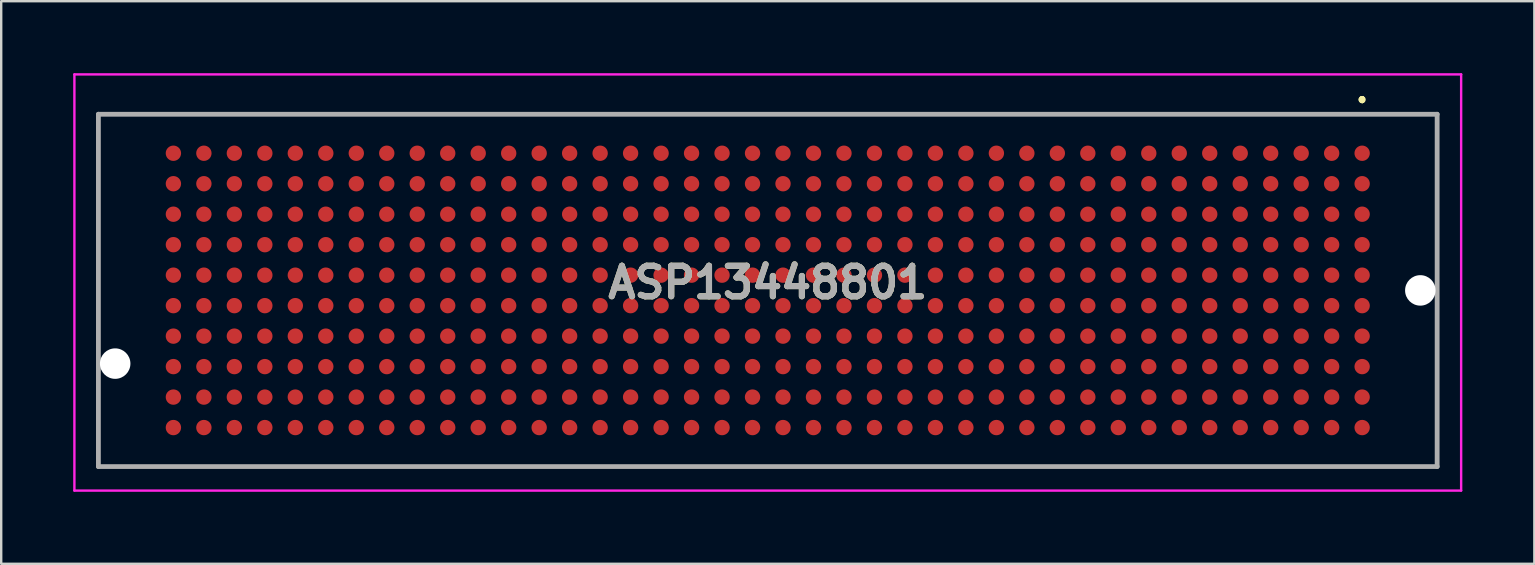
<source format=kicad_pcb>
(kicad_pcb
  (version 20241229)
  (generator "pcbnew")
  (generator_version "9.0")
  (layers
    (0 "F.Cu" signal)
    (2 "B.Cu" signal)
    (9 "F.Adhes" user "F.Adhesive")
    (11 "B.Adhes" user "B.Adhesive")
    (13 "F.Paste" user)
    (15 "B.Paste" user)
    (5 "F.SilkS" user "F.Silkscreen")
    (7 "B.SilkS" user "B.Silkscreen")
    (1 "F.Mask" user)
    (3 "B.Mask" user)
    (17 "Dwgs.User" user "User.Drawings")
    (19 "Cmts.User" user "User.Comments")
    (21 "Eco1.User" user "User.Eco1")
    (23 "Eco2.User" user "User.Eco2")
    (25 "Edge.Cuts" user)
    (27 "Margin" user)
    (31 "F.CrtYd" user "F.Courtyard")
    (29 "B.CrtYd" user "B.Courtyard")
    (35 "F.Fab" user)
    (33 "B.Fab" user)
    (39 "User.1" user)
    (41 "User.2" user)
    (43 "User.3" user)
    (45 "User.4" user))
  (footprint "ASP13448801"
    (layer "F.Cu")
    (at 28.94 9.05)
    (property "Reference" "ASP13448801" (at 0 -0.33 0) (layer "F.SilkS") (effects (font (size 1.27 1.27) (thickness 0.254))))
    (attr through_hole)
    (fp_line (start -27.89 -7.34) (end -27.89 -7.34) (stroke (width 0.1) (type solid)) (layer "F.SilkS"))
    (fp_line (start -27.89 -7.34) (end -27.89 -7.34) (stroke (width 0.1) (type solid)) (layer "F.SilkS"))
    (fp_line (start -27.89 -7.34) (end -27.89 1.75) (stroke (width 0.1) (type solid)) (layer "F.SilkS"))
    (fp_line (start -27.89 -7.34) (end 27.89 -7.34) (stroke (width 0.1) (type solid)) (layer "F.SilkS"))
    (fp_line (start -27.89 1.75) (end -27.89 -7.34) (stroke (width 0.1) (type solid)) (layer "F.SilkS"))
    (fp_line (start -27.89 1.75) (end -27.89 1.75) (stroke (width 0.1) (type solid)) (layer "F.SilkS"))
    (fp_line (start -27.89 4.25) (end -27.89 4.25) (stroke (width 0.1) (type solid)) (layer "F.SilkS"))
    (fp_line (start -27.89 4.25) (end -27.89 7.34) (stroke (width 0.1) (type solid)) (layer "F.SilkS"))
    (fp_line (start -27.89 7.34) (end -27.89 4.25) (stroke (width 0.1) (type solid)) (layer "F.SilkS"))
    (fp_line (start -27.89 7.34) (end -27.89 7.34) (stroke (width 0.1) (type solid)) (layer "F.SilkS"))
    (fp_line (start -27.89 7.34) (end -27.89 7.34) (stroke (width 0.1) (type solid)) (layer "F.SilkS"))
    (fp_line (start -27.89 7.34) (end 27.89 7.34) (stroke (width 0.1) (type solid)) (layer "F.SilkS"))
    (fp_line (start 24.765 -8) (end 24.765 -8) (stroke (width 0.2) (type solid)) (layer "F.SilkS"))
    (fp_line (start 24.765 -8) (end 24.765 -8) (stroke (width 0.2) (type solid)) (layer "F.SilkS"))
    (fp_line (start 24.765 -7.9) (end 24.765 -7.9) (stroke (width 0.2) (type solid)) (layer "F.SilkS"))
    (fp_line (start 27.89 -7.34) (end -27.89 -7.34) (stroke (width 0.1) (type solid)) (layer "F.SilkS"))
    (fp_line (start 27.89 -7.34) (end 27.89 -7.34) (stroke (width 0.1) (type solid)) (layer "F.SilkS"))
    (fp_line (start 27.89 -7.34) (end 27.89 -7.34) (stroke (width 0.1) (type solid)) (layer "F.SilkS"))
    (fp_line (start 27.89 -7.34) (end 27.89 -1.25) (stroke (width 0.1) (type solid)) (layer "F.SilkS"))
    (fp_line (start 27.89 -1.25) (end 27.89 -7.34) (stroke (width 0.1) (type solid)) (layer "F.SilkS"))
    (fp_line (start 27.89 -1.25) (end 27.89 -1.25) (stroke (width 0.1) (type solid)) (layer "F.SilkS"))
    (fp_line (start 27.89 1.25) (end 27.89 1.25) (stroke (width 0.1) (type solid)) (layer "F.SilkS"))
    (fp_line (start 27.89 1.25) (end 27.89 7.34) (stroke (width 0.1) (type solid)) (layer "F.SilkS"))
    (fp_line (start 27.89 7.34) (end -27.89 7.34) (stroke (width 0.1) (type solid)) (layer "F.SilkS"))
    (fp_line (start 27.89 7.34) (end 27.89 1.25) (stroke (width 0.1) (type solid)) (layer "F.SilkS"))
    (fp_line (start 27.89 7.34) (end 27.89 7.34) (stroke (width 0.1) (type solid)) (layer "F.SilkS"))
    (fp_line (start 27.89 7.34) (end 27.89 7.34) (stroke (width 0.1) (type solid)) (layer "F.SilkS"))
    (fp_arc (start 24.765 -8) (mid 24.815 -7.95) (end 24.765 -7.9) (stroke (width 0.2) (type solid)) (layer "F.SilkS"))
    (fp_arc (start 24.765 -7.9) (mid 24.715 -7.95) (end 24.765 -8) (stroke (width 0.2) (type solid)) (layer "F.SilkS"))
    (fp_arc (start 24.765 -7.9) (mid 24.715 -7.95) (end 24.765 -8) (stroke (width 0.2) (type solid)) (layer "F.SilkS"))
    (fp_line (start -28.89 -9) (end 28.89 -9) (stroke (width 0.1) (type solid)) (layer "F.CrtYd"))
    (fp_line (start -28.89 8.34) (end -28.89 -9) (stroke (width 0.1) (type solid)) (layer "F.CrtYd"))
    (fp_line (start 28.89 -9) (end 28.89 8.34) (stroke (width 0.1) (type solid)) (layer "F.CrtYd"))
    (fp_line (start 28.89 8.34) (end -28.89 8.34) (stroke (width 0.1) (type solid)) (layer "F.CrtYd"))
    (fp_line (start -27.89 -7.34) (end -27.89 7.34) (stroke (width 0.2) (type solid)) (layer "F.Fab"))
    (fp_line (start -27.89 7.34) (end 27.89 7.34) (stroke (width 0.2) (type solid)) (layer "F.Fab"))
    (fp_line (start 27.89 -7.34) (end -27.89 -7.34) (stroke (width 0.2) (type solid)) (layer "F.Fab"))
    (fp_line (start 27.89 7.34) (end 27.89 -7.34) (stroke (width 0.2) (type solid)) (layer "F.Fab"))
    (fp_text user "${REFERENCE}" (at 0 -0.33 0) (layer "F.Fab") (effects (font (size 1.27 1.27) (thickness 0.254))))
    (pad "" np_thru_hole circle (at -27.191 3.05) (size 1.27 1.27) (drill 1.27) (layers "*.Cu" "*.Mask"))
    (pad "" np_thru_hole circle (at 27.189 0) (size 1.27 1.27) (drill 1.27) (layers "*.Cu" "*.Mask"))
    (pad "A1" smd circle (at 24.765 -5.715 90) (size 0.64 0.64) (layers "F.Cu" "F.Mask" "F.Paste"))
    (pad "A2" smd circle (at 23.495 -5.715 90) (size 0.64 0.64) (layers "F.Cu" "F.Mask" "F.Paste"))
    (pad "A3" smd circle (at 22.225 -5.715 90) (size 0.64 0.64) (layers "F.Cu" "F.Mask" "F.Paste"))
    (pad "A4" smd circle (at 20.955 -5.715 90) (size 0.64 0.64) (layers "F.Cu" "F.Mask" "F.Paste"))
    (pad "A5" smd circle (at 19.685 -5.715 90) (size 0.64 0.64) (layers "F.Cu" "F.Mask" "F.Paste"))
    (pad "A6" smd circle (at 18.415 -5.715 90) (size 0.64 0.64) (layers "F.Cu" "F.Mask" "F.Paste"))
    (pad "A7" smd circle (at 17.145 -5.715 90) (size 0.64 0.64) (layers "F.Cu" "F.Mask" "F.Paste"))
    (pad "A8" smd circle (at 15.875 -5.715 90) (size 0.64 0.64) (layers "F.Cu" "F.Mask" "F.Paste"))
    (pad "A9" smd circle (at 14.605 -5.715 90) (size 0.64 0.64) (layers "F.Cu" "F.Mask" "F.Paste"))
    (pad "A10" smd circle (at 13.335 -5.715 90) (size 0.64 0.64) (layers "F.Cu" "F.Mask" "F.Paste"))
    (pad "A11" smd circle (at 12.065 -5.715 90) (size 0.64 0.64) (layers "F.Cu" "F.Mask" "F.Paste"))
    (pad "A12" smd circle (at 10.795 -5.715 90) (size 0.64 0.64) (layers "F.Cu" "F.Mask" "F.Paste"))
    (pad "A13" smd circle (at 9.525 -5.715 90) (size 0.64 0.64) (layers "F.Cu" "F.Mask" "F.Paste"))
    (pad "A14" smd circle (at 8.255 -5.715 90) (size 0.64 0.64) (layers "F.Cu" "F.Mask" "F.Paste"))
    (pad "A15" smd circle (at 6.985 -5.715 90) (size 0.64 0.64) (layers "F.Cu" "F.Mask" "F.Paste"))
    (pad "A16" smd circle (at 5.715 -5.715 90) (size 0.64 0.64) (layers "F.Cu" "F.Mask" "F.Paste"))
    (pad "A17" smd circle (at 4.445 -5.715 90) (size 0.64 0.64) (layers "F.Cu" "F.Mask" "F.Paste"))
    (pad "A18" smd circle (at 3.175 -5.715 90) (size 0.64 0.64) (layers "F.Cu" "F.Mask" "F.Paste"))
    (pad "A19" smd circle (at 1.905 -5.715 90) (size 0.64 0.64) (layers "F.Cu" "F.Mask" "F.Paste"))
    (pad "A20" smd circle (at 0.635 -5.715 90) (size 0.64 0.64) (layers "F.Cu" "F.Mask" "F.Paste"))
    (pad "A21" smd circle (at -0.635 -5.715 90) (size 0.64 0.64) (layers "F.Cu" "F.Mask" "F.Paste"))
    (pad "A22" smd circle (at -1.905 -5.715 90) (size 0.64 0.64) (layers "F.Cu" "F.Mask" "F.Paste"))
    (pad "A23" smd circle (at -3.175 -5.715 90) (size 0.64 0.64) (layers "F.Cu" "F.Mask" "F.Paste"))
    (pad "A24" smd circle (at -4.445 -5.715 90) (size 0.64 0.64) (layers "F.Cu" "F.Mask" "F.Paste"))
    (pad "A25" smd circle (at -5.715 -5.715 90) (size 0.64 0.64) (layers "F.Cu" "F.Mask" "F.Paste"))
    (pad "A26" smd circle (at -6.985 -5.715 90) (size 0.64 0.64) (layers "F.Cu" "F.Mask" "F.Paste"))
    (pad "A27" smd circle (at -8.255 -5.715 90) (size 0.64 0.64) (layers "F.Cu" "F.Mask" "F.Paste"))
    (pad "A28" smd circle (at -9.525 -5.715 90) (size 0.64 0.64) (layers "F.Cu" "F.Mask" "F.Paste"))
    (pad "A29" smd circle (at -10.795 -5.715 90) (size 0.64 0.64) (layers "F.Cu" "F.Mask" "F.Paste"))
    (pad "A30" smd circle (at -12.065 -5.715 90) (size 0.64 0.64) (layers "F.Cu" "F.Mask" "F.Paste"))
    (pad "A31" smd circle (at -13.335 -5.715 90) (size 0.64 0.64) (layers "F.Cu" "F.Mask" "F.Paste"))
    (pad "A32" smd circle (at -14.605 -5.715 90) (size 0.64 0.64) (layers "F.Cu" "F.Mask" "F.Paste"))
    (pad "A33" smd circle (at -15.875 -5.715 90) (size 0.64 0.64) (layers "F.Cu" "F.Mask" "F.Paste"))
    (pad "A34" smd circle (at -17.145 -5.715 90) (size 0.64 0.64) (layers "F.Cu" "F.Mask" "F.Paste"))
    (pad "A35" smd circle (at -18.415 -5.715 90) (size 0.64 0.64) (layers "F.Cu" "F.Mask" "F.Paste"))
    (pad "A36" smd circle (at -19.685 -5.715 90) (size 0.64 0.64) (layers "F.Cu" "F.Mask" "F.Paste"))
    (pad "A37" smd circle (at -20.955 -5.715 90) (size 0.64 0.64) (layers "F.Cu" "F.Mask" "F.Paste"))
    (pad "A38" smd circle (at -22.225 -5.715 90) (size 0.64 0.64) (layers "F.Cu" "F.Mask" "F.Paste"))
    (pad "A39" smd circle (at -23.495 -5.715 90) (size 0.64 0.64) (layers "F.Cu" "F.Mask" "F.Paste"))
    (pad "A40" smd circle (at -24.765 -5.715 90) (size 0.64 0.64) (layers "F.Cu" "F.Mask" "F.Paste"))
    (pad "B1" smd circle (at 24.765 -4.445 90) (size 0.64 0.64) (layers "F.Cu" "F.Mask" "F.Paste"))
    (pad "B2" smd circle (at 23.495 -4.445 90) (size 0.64 0.64) (layers "F.Cu" "F.Mask" "F.Paste"))
    (pad "B3" smd circle (at 22.225 -4.445 90) (size 0.64 0.64) (layers "F.Cu" "F.Mask" "F.Paste"))
    (pad "B4" smd circle (at 20.955 -4.445 90) (size 0.64 0.64) (layers "F.Cu" "F.Mask" "F.Paste"))
    (pad "B5" smd circle (at 19.685 -4.445 90) (size 0.64 0.64) (layers "F.Cu" "F.Mask" "F.Paste"))
    (pad "B6" smd circle (at 18.415 -4.445 90) (size 0.64 0.64) (layers "F.Cu" "F.Mask" "F.Paste"))
    (pad "B7" smd circle (at 17.145 -4.445 90) (size 0.64 0.64) (layers "F.Cu" "F.Mask" "F.Paste"))
    (pad "B8" smd circle (at 15.875 -4.445 90) (size 0.64 0.64) (layers "F.Cu" "F.Mask" "F.Paste"))
    (pad "B9" smd circle (at 14.605 -4.445 90) (size 0.64 0.64) (layers "F.Cu" "F.Mask" "F.Paste"))
    (pad "B10" smd circle (at 13.335 -4.445 90) (size 0.64 0.64) (layers "F.Cu" "F.Mask" "F.Paste"))
    (pad "B11" smd circle (at 12.065 -4.445 90) (size 0.64 0.64) (layers "F.Cu" "F.Mask" "F.Paste"))
    (pad "B12" smd circle (at 10.795 -4.445 90) (size 0.64 0.64) (layers "F.Cu" "F.Mask" "F.Paste"))
    (pad "B13" smd circle (at 9.525 -4.445 90) (size 0.64 0.64) (layers "F.Cu" "F.Mask" "F.Paste"))
    (pad "B14" smd circle (at 8.255 -4.445 90) (size 0.64 0.64) (layers "F.Cu" "F.Mask" "F.Paste"))
    (pad "B15" smd circle (at 6.985 -4.445 90) (size 0.64 0.64) (layers "F.Cu" "F.Mask" "F.Paste"))
    (pad "B16" smd circle (at 5.715 -4.445 90) (size 0.64 0.64) (layers "F.Cu" "F.Mask" "F.Paste"))
    (pad "B17" smd circle (at 4.445 -4.445 90) (size 0.64 0.64) (layers "F.Cu" "F.Mask" "F.Paste"))
    (pad "B18" smd circle (at 3.175 -4.445 90) (size 0.64 0.64) (layers "F.Cu" "F.Mask" "F.Paste"))
    (pad "B19" smd circle (at 1.905 -4.445 90) (size 0.64 0.64) (layers "F.Cu" "F.Mask" "F.Paste"))
    (pad "B20" smd circle (at 0.635 -4.445 90) (size 0.64 0.64) (layers "F.Cu" "F.Mask" "F.Paste"))
    (pad "B21" smd circle (at -0.635 -4.445 90) (size 0.64 0.64) (layers "F.Cu" "F.Mask" "F.Paste"))
    (pad "B22" smd circle (at -1.905 -4.445 90) (size 0.64 0.64) (layers "F.Cu" "F.Mask" "F.Paste"))
    (pad "B23" smd circle (at -3.175 -4.445 90) (size 0.64 0.64) (layers "F.Cu" "F.Mask" "F.Paste"))
    (pad "B24" smd circle (at -4.445 -4.445 90) (size 0.64 0.64) (layers "F.Cu" "F.Mask" "F.Paste"))
    (pad "B25" smd circle (at -5.715 -4.445 90) (size 0.64 0.64) (layers "F.Cu" "F.Mask" "F.Paste"))
    (pad "B26" smd circle (at -6.985 -4.445 90) (size 0.64 0.64) (layers "F.Cu" "F.Mask" "F.Paste"))
    (pad "B27" smd circle (at -8.255 -4.445 90) (size 0.64 0.64) (layers "F.Cu" "F.Mask" "F.Paste"))
    (pad "B28" smd circle (at -9.525 -4.445 90) (size 0.64 0.64) (layers "F.Cu" "F.Mask" "F.Paste"))
    (pad "B29" smd circle (at -10.795 -4.445 90) (size 0.64 0.64) (layers "F.Cu" "F.Mask" "F.Paste"))
    (pad "B30" smd circle (at -12.065 -4.445 90) (size 0.64 0.64) (layers "F.Cu" "F.Mask" "F.Paste"))
    (pad "B31" smd circle (at -13.335 -4.445 90) (size 0.64 0.64) (layers "F.Cu" "F.Mask" "F.Paste"))
    (pad "B32" smd circle (at -14.605 -4.445 90) (size 0.64 0.64) (layers "F.Cu" "F.Mask" "F.Paste"))
    (pad "B33" smd circle (at -15.875 -4.445 90) (size 0.64 0.64) (layers "F.Cu" "F.Mask" "F.Paste"))
    (pad "B34" smd circle (at -17.145 -4.445 90) (size 0.64 0.64) (layers "F.Cu" "F.Mask" "F.Paste"))
    (pad "B35" smd circle (at -18.415 -4.445 90) (size 0.64 0.64) (layers "F.Cu" "F.Mask" "F.Paste"))
    (pad "B36" smd circle (at -19.685 -4.445 90) (size 0.64 0.64) (layers "F.Cu" "F.Mask" "F.Paste"))
    (pad "B37" smd circle (at -20.955 -4.445 90) (size 0.64 0.64) (layers "F.Cu" "F.Mask" "F.Paste"))
    (pad "B38" smd circle (at -22.225 -4.445 90) (size 0.64 0.64) (layers "F.Cu" "F.Mask" "F.Paste"))
    (pad "B39" smd circle (at -23.495 -4.445 90) (size 0.64 0.64) (layers "F.Cu" "F.Mask" "F.Paste"))
    (pad "B40" smd circle (at -24.765 -4.445 90) (size 0.64 0.64) (layers "F.Cu" "F.Mask" "F.Paste"))
    (pad "C1" smd circle (at 24.765 -3.175 90) (size 0.64 0.64) (layers "F.Cu" "F.Mask" "F.Paste"))
    (pad "C2" smd circle (at 23.495 -3.175 90) (size 0.64 0.64) (layers "F.Cu" "F.Mask" "F.Paste"))
    (pad "C3" smd circle (at 22.225 -3.175 90) (size 0.64 0.64) (layers "F.Cu" "F.Mask" "F.Paste"))
    (pad "C4" smd circle (at 20.955 -3.175 90) (size 0.64 0.64) (layers "F.Cu" "F.Mask" "F.Paste"))
    (pad "C5" smd circle (at 19.685 -3.175 90) (size 0.64 0.64) (layers "F.Cu" "F.Mask" "F.Paste"))
    (pad "C6" smd circle (at 18.415 -3.175 90) (size 0.64 0.64) (layers "F.Cu" "F.Mask" "F.Paste"))
    (pad "C7" smd circle (at 17.145 -3.175 90) (size 0.64 0.64) (layers "F.Cu" "F.Mask" "F.Paste"))
    (pad "C8" smd circle (at 15.875 -3.175 90) (size 0.64 0.64) (layers "F.Cu" "F.Mask" "F.Paste"))
    (pad "C9" smd circle (at 14.605 -3.175 90) (size 0.64 0.64) (layers "F.Cu" "F.Mask" "F.Paste"))
    (pad "C10" smd circle (at 13.335 -3.175 90) (size 0.64 0.64) (layers "F.Cu" "F.Mask" "F.Paste"))
    (pad "C11" smd circle (at 12.065 -3.175 90) (size 0.64 0.64) (layers "F.Cu" "F.Mask" "F.Paste"))
    (pad "C12" smd circle (at 10.795 -3.175 90) (size 0.64 0.64) (layers "F.Cu" "F.Mask" "F.Paste"))
    (pad "C13" smd circle (at 9.525 -3.175 90) (size 0.64 0.64) (layers "F.Cu" "F.Mask" "F.Paste"))
    (pad "C14" smd circle (at 8.255 -3.175 90) (size 0.64 0.64) (layers "F.Cu" "F.Mask" "F.Paste"))
    (pad "C15" smd circle (at 6.985 -3.175 90) (size 0.64 0.64) (layers "F.Cu" "F.Mask" "F.Paste"))
    (pad "C16" smd circle (at 5.715 -3.175 90) (size 0.64 0.64) (layers "F.Cu" "F.Mask" "F.Paste"))
    (pad "C17" smd circle (at 4.445 -3.175 90) (size 0.64 0.64) (layers "F.Cu" "F.Mask" "F.Paste"))
    (pad "C18" smd circle (at 3.175 -3.175 90) (size 0.64 0.64) (layers "F.Cu" "F.Mask" "F.Paste"))
    (pad "C19" smd circle (at 1.905 -3.175 90) (size 0.64 0.64) (layers "F.Cu" "F.Mask" "F.Paste"))
    (pad "C20" smd circle (at 0.635 -3.175 90) (size 0.64 0.64) (layers "F.Cu" "F.Mask" "F.Paste"))
    (pad "C21" smd circle (at -0.635 -3.175 90) (size 0.64 0.64) (layers "F.Cu" "F.Mask" "F.Paste"))
    (pad "C22" smd circle (at -1.905 -3.175 90) (size 0.64 0.64) (layers "F.Cu" "F.Mask" "F.Paste"))
    (pad "C23" smd circle (at -3.175 -3.175 90) (size 0.64 0.64) (layers "F.Cu" "F.Mask" "F.Paste"))
    (pad "C24" smd circle (at -4.445 -3.175 90) (size 0.64 0.64) (layers "F.Cu" "F.Mask" "F.Paste"))
    (pad "C25" smd circle (at -5.715 -3.175 90) (size 0.64 0.64) (layers "F.Cu" "F.Mask" "F.Paste"))
    (pad "C26" smd circle (at -6.985 -3.175 90) (size 0.64 0.64) (layers "F.Cu" "F.Mask" "F.Paste"))
    (pad "C27" smd circle (at -8.255 -3.175 90) (size 0.64 0.64) (layers "F.Cu" "F.Mask" "F.Paste"))
    (pad "C28" smd circle (at -9.525 -3.175 90) (size 0.64 0.64) (layers "F.Cu" "F.Mask" "F.Paste"))
    (pad "C29" smd circle (at -10.795 -3.175 90) (size 0.64 0.64) (layers "F.Cu" "F.Mask" "F.Paste"))
    (pad "C30" smd circle (at -12.065 -3.175 90) (size 0.64 0.64) (layers "F.Cu" "F.Mask" "F.Paste"))
    (pad "C31" smd circle (at -13.335 -3.175 90) (size 0.64 0.64) (layers "F.Cu" "F.Mask" "F.Paste"))
    (pad "C32" smd circle (at -14.605 -3.175 90) (size 0.64 0.64) (layers "F.Cu" "F.Mask" "F.Paste"))
    (pad "C33" smd circle (at -15.875 -3.175 90) (size 0.64 0.64) (layers "F.Cu" "F.Mask" "F.Paste"))
    (pad "C34" smd circle (at -17.145 -3.175 90) (size 0.64 0.64) (layers "F.Cu" "F.Mask" "F.Paste"))
    (pad "C35" smd circle (at -18.415 -3.175 90) (size 0.64 0.64) (layers "F.Cu" "F.Mask" "F.Paste"))
    (pad "C36" smd circle (at -19.685 -3.175 90) (size 0.64 0.64) (layers "F.Cu" "F.Mask" "F.Paste"))
    (pad "C37" smd circle (at -20.955 -3.175 90) (size 0.64 0.64) (layers "F.Cu" "F.Mask" "F.Paste"))
    (pad "C38" smd circle (at -22.225 -3.175 90) (size 0.64 0.64) (layers "F.Cu" "F.Mask" "F.Paste"))
    (pad "C39" smd circle (at -23.495 -3.175 90) (size 0.64 0.64) (layers "F.Cu" "F.Mask" "F.Paste"))
    (pad "C40" smd circle (at -24.765 -3.175 90) (size 0.64 0.64) (layers "F.Cu" "F.Mask" "F.Paste"))
    (pad "D1" smd circle (at 24.765 -1.905 90) (size 0.64 0.64) (layers "F.Cu" "F.Mask" "F.Paste"))
    (pad "D2" smd circle (at 23.495 -1.905 90) (size 0.64 0.64) (layers "F.Cu" "F.Mask" "F.Paste"))
    (pad "D3" smd circle (at 22.225 -1.905 90) (size 0.64 0.64) (layers "F.Cu" "F.Mask" "F.Paste"))
    (pad "D4" smd circle (at 20.955 -1.905 90) (size 0.64 0.64) (layers "F.Cu" "F.Mask" "F.Paste"))
    (pad "D5" smd circle (at 19.685 -1.905 90) (size 0.64 0.64) (layers "F.Cu" "F.Mask" "F.Paste"))
    (pad "D6" smd circle (at 18.415 -1.905 90) (size 0.64 0.64) (layers "F.Cu" "F.Mask" "F.Paste"))
    (pad "D7" smd circle (at 17.145 -1.905 90) (size 0.64 0.64) (layers "F.Cu" "F.Mask" "F.Paste"))
    (pad "D8" smd circle (at 15.875 -1.905 90) (size 0.64 0.64) (layers "F.Cu" "F.Mask" "F.Paste"))
    (pad "D9" smd circle (at 14.605 -1.905 90) (size 0.64 0.64) (layers "F.Cu" "F.Mask" "F.Paste"))
    (pad "D10" smd circle (at 13.335 -1.905 90) (size 0.64 0.64) (layers "F.Cu" "F.Mask" "F.Paste"))
    (pad "D11" smd circle (at 12.065 -1.905 90) (size 0.64 0.64) (layers "F.Cu" "F.Mask" "F.Paste"))
    (pad "D12" smd circle (at 10.795 -1.905 90) (size 0.64 0.64) (layers "F.Cu" "F.Mask" "F.Paste"))
    (pad "D13" smd circle (at 9.525 -1.905 90) (size 0.64 0.64) (layers "F.Cu" "F.Mask" "F.Paste"))
    (pad "D14" smd circle (at 8.255 -1.905 90) (size 0.64 0.64) (layers "F.Cu" "F.Mask" "F.Paste"))
    (pad "D15" smd circle (at 6.985 -1.905 90) (size 0.64 0.64) (layers "F.Cu" "F.Mask" "F.Paste"))
    (pad "D16" smd circle (at 5.715 -1.905 90) (size 0.64 0.64) (layers "F.Cu" "F.Mask" "F.Paste"))
    (pad "D17" smd circle (at 4.445 -1.905 90) (size 0.64 0.64) (layers "F.Cu" "F.Mask" "F.Paste"))
    (pad "D18" smd circle (at 3.175 -1.905 90) (size 0.64 0.64) (layers "F.Cu" "F.Mask" "F.Paste"))
    (pad "D19" smd circle (at 1.905 -1.905 90) (size 0.64 0.64) (layers "F.Cu" "F.Mask" "F.Paste"))
    (pad "D20" smd circle (at 0.635 -1.905 90) (size 0.64 0.64) (layers "F.Cu" "F.Mask" "F.Paste"))
    (pad "D21" smd circle (at -0.635 -1.905 90) (size 0.64 0.64) (layers "F.Cu" "F.Mask" "F.Paste"))
    (pad "D22" smd circle (at -1.905 -1.905 90) (size 0.64 0.64) (layers "F.Cu" "F.Mask" "F.Paste"))
    (pad "D23" smd circle (at -3.175 -1.905 90) (size 0.64 0.64) (layers "F.Cu" "F.Mask" "F.Paste"))
    (pad "D24" smd circle (at -4.445 -1.905 90) (size 0.64 0.64) (layers "F.Cu" "F.Mask" "F.Paste"))
    (pad "D25" smd circle (at -5.715 -1.905 90) (size 0.64 0.64) (layers "F.Cu" "F.Mask" "F.Paste"))
    (pad "D26" smd circle (at -6.985 -1.905 90) (size 0.64 0.64) (layers "F.Cu" "F.Mask" "F.Paste"))
    (pad "D27" smd circle (at -8.255 -1.905 90) (size 0.64 0.64) (layers "F.Cu" "F.Mask" "F.Paste"))
    (pad "D28" smd circle (at -9.525 -1.905 90) (size 0.64 0.64) (layers "F.Cu" "F.Mask" "F.Paste"))
    (pad "D29" smd circle (at -10.795 -1.905 90) (size 0.64 0.64) (layers "F.Cu" "F.Mask" "F.Paste"))
    (pad "D30" smd circle (at -12.065 -1.905 90) (size 0.64 0.64) (layers "F.Cu" "F.Mask" "F.Paste"))
    (pad "D31" smd circle (at -13.335 -1.905 90) (size 0.64 0.64) (layers "F.Cu" "F.Mask" "F.Paste"))
    (pad "D32" smd circle (at -14.605 -1.905 90) (size 0.64 0.64) (layers "F.Cu" "F.Mask" "F.Paste"))
    (pad "D33" smd circle (at -15.875 -1.905 90) (size 0.64 0.64) (layers "F.Cu" "F.Mask" "F.Paste"))
    (pad "D34" smd circle (at -17.145 -1.905 90) (size 0.64 0.64) (layers "F.Cu" "F.Mask" "F.Paste"))
    (pad "D35" smd circle (at -18.415 -1.905 90) (size 0.64 0.64) (layers "F.Cu" "F.Mask" "F.Paste"))
    (pad "D36" smd circle (at -19.685 -1.905 90) (size 0.64 0.64) (layers "F.Cu" "F.Mask" "F.Paste"))
    (pad "D37" smd circle (at -20.955 -1.905 90) (size 0.64 0.64) (layers "F.Cu" "F.Mask" "F.Paste"))
    (pad "D38" smd circle (at -22.225 -1.905 90) (size 0.64 0.64) (layers "F.Cu" "F.Mask" "F.Paste"))
    (pad "D39" smd circle (at -23.495 -1.905 90) (size 0.64 0.64) (layers "F.Cu" "F.Mask" "F.Paste"))
    (pad "D40" smd circle (at -24.765 -1.905 90) (size 0.64 0.64) (layers "F.Cu" "F.Mask" "F.Paste"))
    (pad "E1" smd circle (at 24.765 -0.635 90) (size 0.64 0.64) (layers "F.Cu" "F.Mask" "F.Paste"))
    (pad "E2" smd circle (at 23.495 -0.635 90) (size 0.64 0.64) (layers "F.Cu" "F.Mask" "F.Paste"))
    (pad "E3" smd circle (at 22.225 -0.635 90) (size 0.64 0.64) (layers "F.Cu" "F.Mask" "F.Paste"))
    (pad "E4" smd circle (at 20.955 -0.635 90) (size 0.64 0.64) (layers "F.Cu" "F.Mask" "F.Paste"))
    (pad "E5" smd circle (at 19.685 -0.635 90) (size 0.64 0.64) (layers "F.Cu" "F.Mask" "F.Paste"))
    (pad "E6" smd circle (at 18.415 -0.635 90) (size 0.64 0.64) (layers "F.Cu" "F.Mask" "F.Paste"))
    (pad "E7" smd circle (at 17.145 -0.635 90) (size 0.64 0.64) (layers "F.Cu" "F.Mask" "F.Paste"))
    (pad "E8" smd circle (at 15.875 -0.635 90) (size 0.64 0.64) (layers "F.Cu" "F.Mask" "F.Paste"))
    (pad "E9" smd circle (at 14.605 -0.635 90) (size 0.64 0.64) (layers "F.Cu" "F.Mask" "F.Paste"))
    (pad "E10" smd circle (at 13.335 -0.635 90) (size 0.64 0.64) (layers "F.Cu" "F.Mask" "F.Paste"))
    (pad "E11" smd circle (at 12.065 -0.635 90) (size 0.64 0.64) (layers "F.Cu" "F.Mask" "F.Paste"))
    (pad "E12" smd circle (at 10.795 -0.635 90) (size 0.64 0.64) (layers "F.Cu" "F.Mask" "F.Paste"))
    (pad "E13" smd circle (at 9.525 -0.635 90) (size 0.64 0.64) (layers "F.Cu" "F.Mask" "F.Paste"))
    (pad "E14" smd circle (at 8.255 -0.635 90) (size 0.64 0.64) (layers "F.Cu" "F.Mask" "F.Paste"))
    (pad "E15" smd circle (at 6.985 -0.635 90) (size 0.64 0.64) (layers "F.Cu" "F.Mask" "F.Paste"))
    (pad "E16" smd circle (at 5.715 -0.635 90) (size 0.64 0.64) (layers "F.Cu" "F.Mask" "F.Paste"))
    (pad "E17" smd circle (at 4.445 -0.635 90) (size 0.64 0.64) (layers "F.Cu" "F.Mask" "F.Paste"))
    (pad "E18" smd circle (at 3.175 -0.635 90) (size 0.64 0.64) (layers "F.Cu" "F.Mask" "F.Paste"))
    (pad "E19" smd circle (at 1.905 -0.635 90) (size 0.64 0.64) (layers "F.Cu" "F.Mask" "F.Paste"))
    (pad "E20" smd circle (at 0.635 -0.635 90) (size 0.64 0.64) (layers "F.Cu" "F.Mask" "F.Paste"))
    (pad "E21" smd circle (at -0.635 -0.635 90) (size 0.64 0.64) (layers "F.Cu" "F.Mask" "F.Paste"))
    (pad "E22" smd circle (at -1.905 -0.635 90) (size 0.64 0.64) (layers "F.Cu" "F.Mask" "F.Paste"))
    (pad "E23" smd circle (at -3.175 -0.635 90) (size 0.64 0.64) (layers "F.Cu" "F.Mask" "F.Paste"))
    (pad "E24" smd circle (at -4.445 -0.635 90) (size 0.64 0.64) (layers "F.Cu" "F.Mask" "F.Paste"))
    (pad "E25" smd circle (at -5.715 -0.635 90) (size 0.64 0.64) (layers "F.Cu" "F.Mask" "F.Paste"))
    (pad "E26" smd circle (at -6.985 -0.635 90) (size 0.64 0.64) (layers "F.Cu" "F.Mask" "F.Paste"))
    (pad "E27" smd circle (at -8.255 -0.635 90) (size 0.64 0.64) (layers "F.Cu" "F.Mask" "F.Paste"))
    (pad "E28" smd circle (at -9.525 -0.635 90) (size 0.64 0.64) (layers "F.Cu" "F.Mask" "F.Paste"))
    (pad "E29" smd circle (at -10.795 -0.635 90) (size 0.64 0.64) (layers "F.Cu" "F.Mask" "F.Paste"))
    (pad "E30" smd circle (at -12.065 -0.635 90) (size 0.64 0.64) (layers "F.Cu" "F.Mask" "F.Paste"))
    (pad "E31" smd circle (at -13.335 -0.635 90) (size 0.64 0.64) (layers "F.Cu" "F.Mask" "F.Paste"))
    (pad "E32" smd circle (at -14.605 -0.635 90) (size 0.64 0.64) (layers "F.Cu" "F.Mask" "F.Paste"))
    (pad "E33" smd circle (at -15.875 -0.635 90) (size 0.64 0.64) (layers "F.Cu" "F.Mask" "F.Paste"))
    (pad "E34" smd circle (at -17.145 -0.635 90) (size 0.64 0.64) (layers "F.Cu" "F.Mask" "F.Paste"))
    (pad "E35" smd circle (at -18.415 -0.635 90) (size 0.64 0.64) (layers "F.Cu" "F.Mask" "F.Paste"))
    (pad "E36" smd circle (at -19.685 -0.635 90) (size 0.64 0.64) (layers "F.Cu" "F.Mask" "F.Paste"))
    (pad "E37" smd circle (at -20.955 -0.635 90) (size 0.64 0.64) (layers "F.Cu" "F.Mask" "F.Paste"))
    (pad "E38" smd circle (at -22.225 -0.635 90) (size 0.64 0.64) (layers "F.Cu" "F.Mask" "F.Paste"))
    (pad "E39" smd circle (at -23.495 -0.635 90) (size 0.64 0.64) (layers "F.Cu" "F.Mask" "F.Paste"))
    (pad "E40" smd circle (at -24.765 -0.635 90) (size 0.64 0.64) (layers "F.Cu" "F.Mask" "F.Paste"))
    (pad "F1" smd circle (at 24.765 0.635 90) (size 0.64 0.64) (layers "F.Cu" "F.Mask" "F.Paste"))
    (pad "F2" smd circle (at 23.495 0.635 90) (size 0.64 0.64) (layers "F.Cu" "F.Mask" "F.Paste"))
    (pad "F3" smd circle (at 22.225 0.635 90) (size 0.64 0.64) (layers "F.Cu" "F.Mask" "F.Paste"))
    (pad "F4" smd circle (at 20.955 0.635 90) (size 0.64 0.64) (layers "F.Cu" "F.Mask" "F.Paste"))
    (pad "F5" smd circle (at 19.685 0.635 90) (size 0.64 0.64) (layers "F.Cu" "F.Mask" "F.Paste"))
    (pad "F6" smd circle (at 18.415 0.635 90) (size 0.64 0.64) (layers "F.Cu" "F.Mask" "F.Paste"))
    (pad "F7" smd circle (at 17.145 0.635 90) (size 0.64 0.64) (layers "F.Cu" "F.Mask" "F.Paste"))
    (pad "F8" smd circle (at 15.875 0.635 90) (size 0.64 0.64) (layers "F.Cu" "F.Mask" "F.Paste"))
    (pad "F9" smd circle (at 14.605 0.635 90) (size 0.64 0.64) (layers "F.Cu" "F.Mask" "F.Paste"))
    (pad "F10" smd circle (at 13.335 0.635 90) (size 0.64 0.64) (layers "F.Cu" "F.Mask" "F.Paste"))
    (pad "F11" smd circle (at 12.065 0.635 90) (size 0.64 0.64) (layers "F.Cu" "F.Mask" "F.Paste"))
    (pad "F12" smd circle (at 10.795 0.635 90) (size 0.64 0.64) (layers "F.Cu" "F.Mask" "F.Paste"))
    (pad "F13" smd circle (at 9.525 0.635 90) (size 0.64 0.64) (layers "F.Cu" "F.Mask" "F.Paste"))
    (pad "F14" smd circle (at 8.255 0.635 90) (size 0.64 0.64) (layers "F.Cu" "F.Mask" "F.Paste"))
    (pad "F15" smd circle (at 6.985 0.635 90) (size 0.64 0.64) (layers "F.Cu" "F.Mask" "F.Paste"))
    (pad "F16" smd circle (at 5.715 0.635 90) (size 0.64 0.64) (layers "F.Cu" "F.Mask" "F.Paste"))
    (pad "F17" smd circle (at 4.445 0.635 90) (size 0.64 0.64) (layers "F.Cu" "F.Mask" "F.Paste"))
    (pad "F18" smd circle (at 3.175 0.635 90) (size 0.64 0.64) (layers "F.Cu" "F.Mask" "F.Paste"))
    (pad "F19" smd circle (at 1.905 0.635 90) (size 0.64 0.64) (layers "F.Cu" "F.Mask" "F.Paste"))
    (pad "F20" smd circle (at 0.635 0.635 90) (size 0.64 0.64) (layers "F.Cu" "F.Mask" "F.Paste"))
    (pad "F21" smd circle (at -0.635 0.635 90) (size 0.64 0.64) (layers "F.Cu" "F.Mask" "F.Paste"))
    (pad "F22" smd circle (at -1.905 0.635 90) (size 0.64 0.64) (layers "F.Cu" "F.Mask" "F.Paste"))
    (pad "F23" smd circle (at -3.175 0.635 90) (size 0.64 0.64) (layers "F.Cu" "F.Mask" "F.Paste"))
    (pad "F24" smd circle (at -4.445 0.635 90) (size 0.64 0.64) (layers "F.Cu" "F.Mask" "F.Paste"))
    (pad "F25" smd circle (at -5.715 0.635 90) (size 0.64 0.64) (layers "F.Cu" "F.Mask" "F.Paste"))
    (pad "F26" smd circle (at -6.985 0.635 90) (size 0.64 0.64) (layers "F.Cu" "F.Mask" "F.Paste"))
    (pad "F27" smd circle (at -8.255 0.635 90) (size 0.64 0.64) (layers "F.Cu" "F.Mask" "F.Paste"))
    (pad "F28" smd circle (at -9.525 0.635 90) (size 0.64 0.64) (layers "F.Cu" "F.Mask" "F.Paste"))
    (pad "F29" smd circle (at -10.795 0.635 90) (size 0.64 0.64) (layers "F.Cu" "F.Mask" "F.Paste"))
    (pad "F30" smd circle (at -12.065 0.635 90) (size 0.64 0.64) (layers "F.Cu" "F.Mask" "F.Paste"))
    (pad "F31" smd circle (at -13.335 0.635 90) (size 0.64 0.64) (layers "F.Cu" "F.Mask" "F.Paste"))
    (pad "F32" smd circle (at -14.605 0.635 90) (size 0.64 0.64) (layers "F.Cu" "F.Mask" "F.Paste"))
    (pad "F33" smd circle (at -15.875 0.635 90) (size 0.64 0.64) (layers "F.Cu" "F.Mask" "F.Paste"))
    (pad "F34" smd circle (at -17.145 0.635 90) (size 0.64 0.64) (layers "F.Cu" "F.Mask" "F.Paste"))
    (pad "F35" smd circle (at -18.415 0.635 90) (size 0.64 0.64) (layers "F.Cu" "F.Mask" "F.Paste"))
    (pad "F36" smd circle (at -19.685 0.635 90) (size 0.64 0.64) (layers "F.Cu" "F.Mask" "F.Paste"))
    (pad "F37" smd circle (at -20.955 0.635 90) (size 0.64 0.64) (layers "F.Cu" "F.Mask" "F.Paste"))
    (pad "F38" smd circle (at -22.225 0.635 90) (size 0.64 0.64) (layers "F.Cu" "F.Mask" "F.Paste"))
    (pad "F39" smd circle (at -23.495 0.635 90) (size 0.64 0.64) (layers "F.Cu" "F.Mask" "F.Paste"))
    (pad "F40" smd circle (at -24.765 0.635 90) (size 0.64 0.64) (layers "F.Cu" "F.Mask" "F.Paste"))
    (pad "G1" smd circle (at 24.765 1.905 90) (size 0.64 0.64) (layers "F.Cu" "F.Mask" "F.Paste"))
    (pad "G2" smd circle (at 23.495 1.905 90) (size 0.64 0.64) (layers "F.Cu" "F.Mask" "F.Paste"))
    (pad "G3" smd circle (at 22.225 1.905 90) (size 0.64 0.64) (layers "F.Cu" "F.Mask" "F.Paste"))
    (pad "G4" smd circle (at 20.955 1.905 90) (size 0.64 0.64) (layers "F.Cu" "F.Mask" "F.Paste"))
    (pad "G5" smd circle (at 19.685 1.905 90) (size 0.64 0.64) (layers "F.Cu" "F.Mask" "F.Paste"))
    (pad "G6" smd circle (at 18.415 1.905 90) (size 0.64 0.64) (layers "F.Cu" "F.Mask" "F.Paste"))
    (pad "G7" smd circle (at 17.145 1.905 90) (size 0.64 0.64) (layers "F.Cu" "F.Mask" "F.Paste"))
    (pad "G8" smd circle (at 15.875 1.905 90) (size 0.64 0.64) (layers "F.Cu" "F.Mask" "F.Paste"))
    (pad "G9" smd circle (at 14.605 1.905 90) (size 0.64 0.64) (layers "F.Cu" "F.Mask" "F.Paste"))
    (pad "G10" smd circle (at 13.335 1.905 90) (size 0.64 0.64) (layers "F.Cu" "F.Mask" "F.Paste"))
    (pad "G11" smd circle (at 12.065 1.905 90) (size 0.64 0.64) (layers "F.Cu" "F.Mask" "F.Paste"))
    (pad "G12" smd circle (at 10.795 1.905 90) (size 0.64 0.64) (layers "F.Cu" "F.Mask" "F.Paste"))
    (pad "G13" smd circle (at 9.525 1.905 90) (size 0.64 0.64) (layers "F.Cu" "F.Mask" "F.Paste"))
    (pad "G14" smd circle (at 8.255 1.905 90) (size 0.64 0.64) (layers "F.Cu" "F.Mask" "F.Paste"))
    (pad "G15" smd circle (at 6.985 1.905 90) (size 0.64 0.64) (layers "F.Cu" "F.Mask" "F.Paste"))
    (pad "G16" smd circle (at 5.715 1.905 90) (size 0.64 0.64) (layers "F.Cu" "F.Mask" "F.Paste"))
    (pad "G17" smd circle (at 4.445 1.905 90) (size 0.64 0.64) (layers "F.Cu" "F.Mask" "F.Paste"))
    (pad "G18" smd circle (at 3.175 1.905 90) (size 0.64 0.64) (layers "F.Cu" "F.Mask" "F.Paste"))
    (pad "G19" smd circle (at 1.905 1.905 90) (size 0.64 0.64) (layers "F.Cu" "F.Mask" "F.Paste"))
    (pad "G20" smd circle (at 0.635 1.905 90) (size 0.64 0.64) (layers "F.Cu" "F.Mask" "F.Paste"))
    (pad "G21" smd circle (at -0.635 1.905 90) (size 0.64 0.64) (layers "F.Cu" "F.Mask" "F.Paste"))
    (pad "G22" smd circle (at -1.905 1.905 90) (size 0.64 0.64) (layers "F.Cu" "F.Mask" "F.Paste"))
    (pad "G23" smd circle (at -3.175 1.905 90) (size 0.64 0.64) (layers "F.Cu" "F.Mask" "F.Paste"))
    (pad "G24" smd circle (at -4.445 1.905 90) (size 0.64 0.64) (layers "F.Cu" "F.Mask" "F.Paste"))
    (pad "G25" smd circle (at -5.715 1.905 90) (size 0.64 0.64) (layers "F.Cu" "F.Mask" "F.Paste"))
    (pad "G26" smd circle (at -6.985 1.905 90) (size 0.64 0.64) (layers "F.Cu" "F.Mask" "F.Paste"))
    (pad "G27" smd circle (at -8.255 1.905 90) (size 0.64 0.64) (layers "F.Cu" "F.Mask" "F.Paste"))
    (pad "G28" smd circle (at -9.525 1.905 90) (size 0.64 0.64) (layers "F.Cu" "F.Mask" "F.Paste"))
    (pad "G29" smd circle (at -10.795 1.905 90) (size 0.64 0.64) (layers "F.Cu" "F.Mask" "F.Paste"))
    (pad "G30" smd circle (at -12.065 1.905 90) (size 0.64 0.64) (layers "F.Cu" "F.Mask" "F.Paste"))
    (pad "G31" smd circle (at -13.335 1.905 90) (size 0.64 0.64) (layers "F.Cu" "F.Mask" "F.Paste"))
    (pad "G32" smd circle (at -14.605 1.905 90) (size 0.64 0.64) (layers "F.Cu" "F.Mask" "F.Paste"))
    (pad "G33" smd circle (at -15.875 1.905 90) (size 0.64 0.64) (layers "F.Cu" "F.Mask" "F.Paste"))
    (pad "G34" smd circle (at -17.145 1.905 90) (size 0.64 0.64) (layers "F.Cu" "F.Mask" "F.Paste"))
    (pad "G35" smd circle (at -18.415 1.905 90) (size 0.64 0.64) (layers "F.Cu" "F.Mask" "F.Paste"))
    (pad "G36" smd circle (at -19.685 1.905 90) (size 0.64 0.64) (layers "F.Cu" "F.Mask" "F.Paste"))
    (pad "G37" smd circle (at -20.955 1.905 90) (size 0.64 0.64) (layers "F.Cu" "F.Mask" "F.Paste"))
    (pad "G38" smd circle (at -22.225 1.905 90) (size 0.64 0.64) (layers "F.Cu" "F.Mask" "F.Paste"))
    (pad "G39" smd circle (at -23.495 1.905 90) (size 0.64 0.64) (layers "F.Cu" "F.Mask" "F.Paste"))
    (pad "G40" smd circle (at -24.765 1.905 90) (size 0.64 0.64) (layers "F.Cu" "F.Mask" "F.Paste"))
    (pad "H1" smd circle (at 24.765 3.175 90) (size 0.64 0.64) (layers "F.Cu" "F.Mask" "F.Paste"))
    (pad "H2" smd circle (at 23.495 3.175 90) (size 0.64 0.64) (layers "F.Cu" "F.Mask" "F.Paste"))
    (pad "H3" smd circle (at 22.225 3.175 90) (size 0.64 0.64) (layers "F.Cu" "F.Mask" "F.Paste"))
    (pad "H4" smd circle (at 20.955 3.175 90) (size 0.64 0.64) (layers "F.Cu" "F.Mask" "F.Paste"))
    (pad "H5" smd circle (at 19.685 3.175 90) (size 0.64 0.64) (layers "F.Cu" "F.Mask" "F.Paste"))
    (pad "H6" smd circle (at 18.415 3.175 90) (size 0.64 0.64) (layers "F.Cu" "F.Mask" "F.Paste"))
    (pad "H7" smd circle (at 17.145 3.175 90) (size 0.64 0.64) (layers "F.Cu" "F.Mask" "F.Paste"))
    (pad "H8" smd circle (at 15.875 3.175 90) (size 0.64 0.64) (layers "F.Cu" "F.Mask" "F.Paste"))
    (pad "H9" smd circle (at 14.605 3.175 90) (size 0.64 0.64) (layers "F.Cu" "F.Mask" "F.Paste"))
    (pad "H10" smd circle (at 13.335 3.175 90) (size 0.64 0.64) (layers "F.Cu" "F.Mask" "F.Paste"))
    (pad "H11" smd circle (at 12.065 3.175 90) (size 0.64 0.64) (layers "F.Cu" "F.Mask" "F.Paste"))
    (pad "H12" smd circle (at 10.795 3.175 90) (size 0.64 0.64) (layers "F.Cu" "F.Mask" "F.Paste"))
    (pad "H13" smd circle (at 9.525 3.175 90) (size 0.64 0.64) (layers "F.Cu" "F.Mask" "F.Paste"))
    (pad "H14" smd circle (at 8.255 3.175 90) (size 0.64 0.64) (layers "F.Cu" "F.Mask" "F.Paste"))
    (pad "H15" smd circle (at 6.985 3.175 90) (size 0.64 0.64) (layers "F.Cu" "F.Mask" "F.Paste"))
    (pad "H16" smd circle (at 5.715 3.175 90) (size 0.64 0.64) (layers "F.Cu" "F.Mask" "F.Paste"))
    (pad "H17" smd circle (at 4.445 3.175 90) (size 0.64 0.64) (layers "F.Cu" "F.Mask" "F.Paste"))
    (pad "H18" smd circle (at 3.175 3.175 90) (size 0.64 0.64) (layers "F.Cu" "F.Mask" "F.Paste"))
    (pad "H19" smd circle (at 1.905 3.175 90) (size 0.64 0.64) (layers "F.Cu" "F.Mask" "F.Paste"))
    (pad "H20" smd circle (at 0.635 3.175 90) (size 0.64 0.64) (layers "F.Cu" "F.Mask" "F.Paste"))
    (pad "H21" smd circle (at -0.635 3.175 90) (size 0.64 0.64) (layers "F.Cu" "F.Mask" "F.Paste"))
    (pad "H22" smd circle (at -1.905 3.175 90) (size 0.64 0.64) (layers "F.Cu" "F.Mask" "F.Paste"))
    (pad "H23" smd circle (at -3.175 3.175 90) (size 0.64 0.64) (layers "F.Cu" "F.Mask" "F.Paste"))
    (pad "H24" smd circle (at -4.445 3.175 90) (size 0.64 0.64) (layers "F.Cu" "F.Mask" "F.Paste"))
    (pad "H25" smd circle (at -5.715 3.175 90) (size 0.64 0.64) (layers "F.Cu" "F.Mask" "F.Paste"))
    (pad "H26" smd circle (at -6.985 3.175 90) (size 0.64 0.64) (layers "F.Cu" "F.Mask" "F.Paste"))
    (pad "H27" smd circle (at -8.255 3.175 90) (size 0.64 0.64) (layers "F.Cu" "F.Mask" "F.Paste"))
    (pad "H28" smd circle (at -9.525 3.175 90) (size 0.64 0.64) (layers "F.Cu" "F.Mask" "F.Paste"))
    (pad "H29" smd circle (at -10.795 3.175 90) (size 0.64 0.64) (layers "F.Cu" "F.Mask" "F.Paste"))
    (pad "H30" smd circle (at -12.065 3.175 90) (size 0.64 0.64) (layers "F.Cu" "F.Mask" "F.Paste"))
    (pad "H31" smd circle (at -13.335 3.175 90) (size 0.64 0.64) (layers "F.Cu" "F.Mask" "F.Paste"))
    (pad "H32" smd circle (at -14.605 3.175 90) (size 0.64 0.64) (layers "F.Cu" "F.Mask" "F.Paste"))
    (pad "H33" smd circle (at -15.875 3.175 90) (size 0.64 0.64) (layers "F.Cu" "F.Mask" "F.Paste"))
    (pad "H34" smd circle (at -17.145 3.175 90) (size 0.64 0.64) (layers "F.Cu" "F.Mask" "F.Paste"))
    (pad "H35" smd circle (at -18.415 3.175 90) (size 0.64 0.64) (layers "F.Cu" "F.Mask" "F.Paste"))
    (pad "H36" smd circle (at -19.685 3.175 90) (size 0.64 0.64) (layers "F.Cu" "F.Mask" "F.Paste"))
    (pad "H37" smd circle (at -20.955 3.175 90) (size 0.64 0.64) (layers "F.Cu" "F.Mask" "F.Paste"))
    (pad "H38" smd circle (at -22.225 3.175 90) (size 0.64 0.64) (layers "F.Cu" "F.Mask" "F.Paste"))
    (pad "H39" smd circle (at -23.495 3.175 90) (size 0.64 0.64) (layers "F.Cu" "F.Mask" "F.Paste"))
    (pad "H40" smd circle (at -24.765 3.175 90) (size 0.64 0.64) (layers "F.Cu" "F.Mask" "F.Paste"))
    (pad "J1" smd circle (at 24.765 4.445 90) (size 0.64 0.64) (layers "F.Cu" "F.Mask" "F.Paste"))
    (pad "J2" smd circle (at 23.495 4.445 90) (size 0.64 0.64) (layers "F.Cu" "F.Mask" "F.Paste"))
    (pad "J3" smd circle (at 22.225 4.445 90) (size 0.64 0.64) (layers "F.Cu" "F.Mask" "F.Paste"))
    (pad "J4" smd circle (at 20.955 4.445 90) (size 0.64 0.64) (layers "F.Cu" "F.Mask" "F.Paste"))
    (pad "J5" smd circle (at 19.685 4.445 90) (size 0.64 0.64) (layers "F.Cu" "F.Mask" "F.Paste"))
    (pad "J6" smd circle (at 18.415 4.445 90) (size 0.64 0.64) (layers "F.Cu" "F.Mask" "F.Paste"))
    (pad "J7" smd circle (at 17.145 4.445 90) (size 0.64 0.64) (layers "F.Cu" "F.Mask" "F.Paste"))
    (pad "J8" smd circle (at 15.875 4.445 90) (size 0.64 0.64) (layers "F.Cu" "F.Mask" "F.Paste"))
    (pad "J9" smd circle (at 14.605 4.445 90) (size 0.64 0.64) (layers "F.Cu" "F.Mask" "F.Paste"))
    (pad "J10" smd circle (at 13.335 4.445 90) (size 0.64 0.64) (layers "F.Cu" "F.Mask" "F.Paste"))
    (pad "J11" smd circle (at 12.065 4.445 90) (size 0.64 0.64) (layers "F.Cu" "F.Mask" "F.Paste"))
    (pad "J12" smd circle (at 10.795 4.445 90) (size 0.64 0.64) (layers "F.Cu" "F.Mask" "F.Paste"))
    (pad "J13" smd circle (at 9.525 4.445 90) (size 0.64 0.64) (layers "F.Cu" "F.Mask" "F.Paste"))
    (pad "J14" smd circle (at 8.255 4.445 90) (size 0.64 0.64) (layers "F.Cu" "F.Mask" "F.Paste"))
    (pad "J15" smd circle (at 6.985 4.445 90) (size 0.64 0.64) (layers "F.Cu" "F.Mask" "F.Paste"))
    (pad "J16" smd circle (at 5.715 4.445 90) (size 0.64 0.64) (layers "F.Cu" "F.Mask" "F.Paste"))
    (pad "J17" smd circle (at 4.445 4.445 90) (size 0.64 0.64) (layers "F.Cu" "F.Mask" "F.Paste"))
    (pad "J18" smd circle (at 3.175 4.445 90) (size 0.64 0.64) (layers "F.Cu" "F.Mask" "F.Paste"))
    (pad "J19" smd circle (at 1.905 4.445 90) (size 0.64 0.64) (layers "F.Cu" "F.Mask" "F.Paste"))
    (pad "J20" smd circle (at 0.635 4.445 90) (size 0.64 0.64) (layers "F.Cu" "F.Mask" "F.Paste"))
    (pad "J21" smd circle (at -0.635 4.445 90) (size 0.64 0.64) (layers "F.Cu" "F.Mask" "F.Paste"))
    (pad "J22" smd circle (at -1.905 4.445 90) (size 0.64 0.64) (layers "F.Cu" "F.Mask" "F.Paste"))
    (pad "J23" smd circle (at -3.175 4.445 90) (size 0.64 0.64) (layers "F.Cu" "F.Mask" "F.Paste"))
    (pad "J24" smd circle (at -4.445 4.445 90) (size 0.64 0.64) (layers "F.Cu" "F.Mask" "F.Paste"))
    (pad "J25" smd circle (at -5.715 4.445 90) (size 0.64 0.64) (layers "F.Cu" "F.Mask" "F.Paste"))
    (pad "J26" smd circle (at -6.985 4.445 90) (size 0.64 0.64) (layers "F.Cu" "F.Mask" "F.Paste"))
    (pad "J27" smd circle (at -8.255 4.445 90) (size 0.64 0.64) (layers "F.Cu" "F.Mask" "F.Paste"))
    (pad "J28" smd circle (at -9.525 4.445 90) (size 0.64 0.64) (layers "F.Cu" "F.Mask" "F.Paste"))
    (pad "J29" smd circle (at -10.795 4.445 90) (size 0.64 0.64) (layers "F.Cu" "F.Mask" "F.Paste"))
    (pad "J30" smd circle (at -12.065 4.445 90) (size 0.64 0.64) (layers "F.Cu" "F.Mask" "F.Paste"))
    (pad "J31" smd circle (at -13.335 4.445 90) (size 0.64 0.64) (layers "F.Cu" "F.Mask" "F.Paste"))
    (pad "J32" smd circle (at -14.605 4.445 90) (size 0.64 0.64) (layers "F.Cu" "F.Mask" "F.Paste"))
    (pad "J33" smd circle (at -15.875 4.445 90) (size 0.64 0.64) (layers "F.Cu" "F.Mask" "F.Paste"))
    (pad "J34" smd circle (at -17.145 4.445 90) (size 0.64 0.64) (layers "F.Cu" "F.Mask" "F.Paste"))
    (pad "J35" smd circle (at -18.415 4.445 90) (size 0.64 0.64) (layers "F.Cu" "F.Mask" "F.Paste"))
    (pad "J36" smd circle (at -19.685 4.445 90) (size 0.64 0.64) (layers "F.Cu" "F.Mask" "F.Paste"))
    (pad "J37" smd circle (at -20.955 4.445 90) (size 0.64 0.64) (layers "F.Cu" "F.Mask" "F.Paste"))
    (pad "J38" smd circle (at -22.225 4.445 90) (size 0.64 0.64) (layers "F.Cu" "F.Mask" "F.Paste"))
    (pad "J39" smd circle (at -23.495 4.445 90) (size 0.64 0.64) (layers "F.Cu" "F.Mask" "F.Paste"))
    (pad "J40" smd circle (at -24.765 4.445 90) (size 0.64 0.64) (layers "F.Cu" "F.Mask" "F.Paste"))
    (pad "K1" smd circle (at 24.765 5.715 90) (size 0.64 0.64) (layers "F.Cu" "F.Mask" "F.Paste"))
    (pad "K2" smd circle (at 23.495 5.715 90) (size 0.64 0.64) (layers "F.Cu" "F.Mask" "F.Paste"))
    (pad "K3" smd circle (at 22.225 5.715 90) (size 0.64 0.64) (layers "F.Cu" "F.Mask" "F.Paste"))
    (pad "K4" smd circle (at 20.955 5.715 90) (size 0.64 0.64) (layers "F.Cu" "F.Mask" "F.Paste"))
    (pad "K5" smd circle (at 19.685 5.715 90) (size 0.64 0.64) (layers "F.Cu" "F.Mask" "F.Paste"))
    (pad "K6" smd circle (at 18.415 5.715 90) (size 0.64 0.64) (layers "F.Cu" "F.Mask" "F.Paste"))
    (pad "K7" smd circle (at 17.145 5.715 90) (size 0.64 0.64) (layers "F.Cu" "F.Mask" "F.Paste"))
    (pad "K8" smd circle (at 15.875 5.715 90) (size 0.64 0.64) (layers "F.Cu" "F.Mask" "F.Paste"))
    (pad "K9" smd circle (at 14.605 5.715 90) (size 0.64 0.64) (layers "F.Cu" "F.Mask" "F.Paste"))
    (pad "K10" smd circle (at 13.335 5.715 90) (size 0.64 0.64) (layers "F.Cu" "F.Mask" "F.Paste"))
    (pad "K11" smd circle (at 12.065 5.715 90) (size 0.64 0.64) (layers "F.Cu" "F.Mask" "F.Paste"))
    (pad "K12" smd circle (at 10.795 5.715 90) (size 0.64 0.64) (layers "F.Cu" "F.Mask" "F.Paste"))
    (pad "K13" smd circle (at 9.525 5.715 90) (size 0.64 0.64) (layers "F.Cu" "F.Mask" "F.Paste"))
    (pad "K14" smd circle (at 8.255 5.715 90) (size 0.64 0.64) (layers "F.Cu" "F.Mask" "F.Paste"))
    (pad "K15" smd circle (at 6.985 5.715 90) (size 0.64 0.64) (layers "F.Cu" "F.Mask" "F.Paste"))
    (pad "K16" smd circle (at 5.715 5.715 90) (size 0.64 0.64) (layers "F.Cu" "F.Mask" "F.Paste"))
    (pad "K17" smd circle (at 4.445 5.715 90) (size 0.64 0.64) (layers "F.Cu" "F.Mask" "F.Paste"))
    (pad "K18" smd circle (at 3.175 5.715 90) (size 0.64 0.64) (layers "F.Cu" "F.Mask" "F.Paste"))
    (pad "K19" smd circle (at 1.905 5.715 90) (size 0.64 0.64) (layers "F.Cu" "F.Mask" "F.Paste"))
    (pad "K20" smd circle (at 0.635 5.715 90) (size 0.64 0.64) (layers "F.Cu" "F.Mask" "F.Paste"))
    (pad "K21" smd circle (at -0.635 5.715 90) (size 0.64 0.64) (layers "F.Cu" "F.Mask" "F.Paste"))
    (pad "K22" smd circle (at -1.905 5.715 90) (size 0.64 0.64) (layers "F.Cu" "F.Mask" "F.Paste"))
    (pad "K23" smd circle (at -3.175 5.715 90) (size 0.64 0.64) (layers "F.Cu" "F.Mask" "F.Paste"))
    (pad "K24" smd circle (at -4.445 5.715 90) (size 0.64 0.64) (layers "F.Cu" "F.Mask" "F.Paste"))
    (pad "K25" smd circle (at -5.715 5.715 90) (size 0.64 0.64) (layers "F.Cu" "F.Mask" "F.Paste"))
    (pad "K26" smd circle (at -6.985 5.715 90) (size 0.64 0.64) (layers "F.Cu" "F.Mask" "F.Paste"))
    (pad "K27" smd circle (at -8.255 5.715 90) (size 0.64 0.64) (layers "F.Cu" "F.Mask" "F.Paste"))
    (pad "K28" smd circle (at -9.525 5.715 90) (size 0.64 0.64) (layers "F.Cu" "F.Mask" "F.Paste"))
    (pad "K29" smd circle (at -10.795 5.715 90) (size 0.64 0.64) (layers "F.Cu" "F.Mask" "F.Paste"))
    (pad "K30" smd circle (at -12.065 5.715 90) (size 0.64 0.64) (layers "F.Cu" "F.Mask" "F.Paste"))
    (pad "K31" smd circle (at -13.335 5.715 90) (size 0.64 0.64) (layers "F.Cu" "F.Mask" "F.Paste"))
    (pad "K32" smd circle (at -14.605 5.715 90) (size 0.64 0.64) (layers "F.Cu" "F.Mask" "F.Paste"))
    (pad "K33" smd circle (at -15.875 5.715 90) (size 0.64 0.64) (layers "F.Cu" "F.Mask" "F.Paste"))
    (pad "K34" smd circle (at -17.145 5.715 90) (size 0.64 0.64) (layers "F.Cu" "F.Mask" "F.Paste"))
    (pad "K35" smd circle (at -18.415 5.715 90) (size 0.64 0.64) (layers "F.Cu" "F.Mask" "F.Paste"))
    (pad "K36" smd circle (at -19.685 5.715 90) (size 0.64 0.64) (layers "F.Cu" "F.Mask" "F.Paste"))
    (pad "K37" smd circle (at -20.955 5.715 90) (size 0.64 0.64) (layers "F.Cu" "F.Mask" "F.Paste"))
    (pad "K38" smd circle (at -22.225 5.715 90) (size 0.64 0.64) (layers "F.Cu" "F.Mask" "F.Paste"))
    (pad "K39" smd circle (at -23.495 5.715 90) (size 0.64 0.64) (layers "F.Cu" "F.Mask" "F.Paste"))
    (pad "K40" smd circle (at -24.765 5.715 90) (size 0.64 0.64) (layers "F.Cu" "F.Mask" "F.Paste")))
  (gr_rect
    (start -3 -3)
    (end 60.88 20.44)
    (stroke (width 0.1) (type default))
    (fill no)
    (layer "Edge.Cuts")))
</source>
